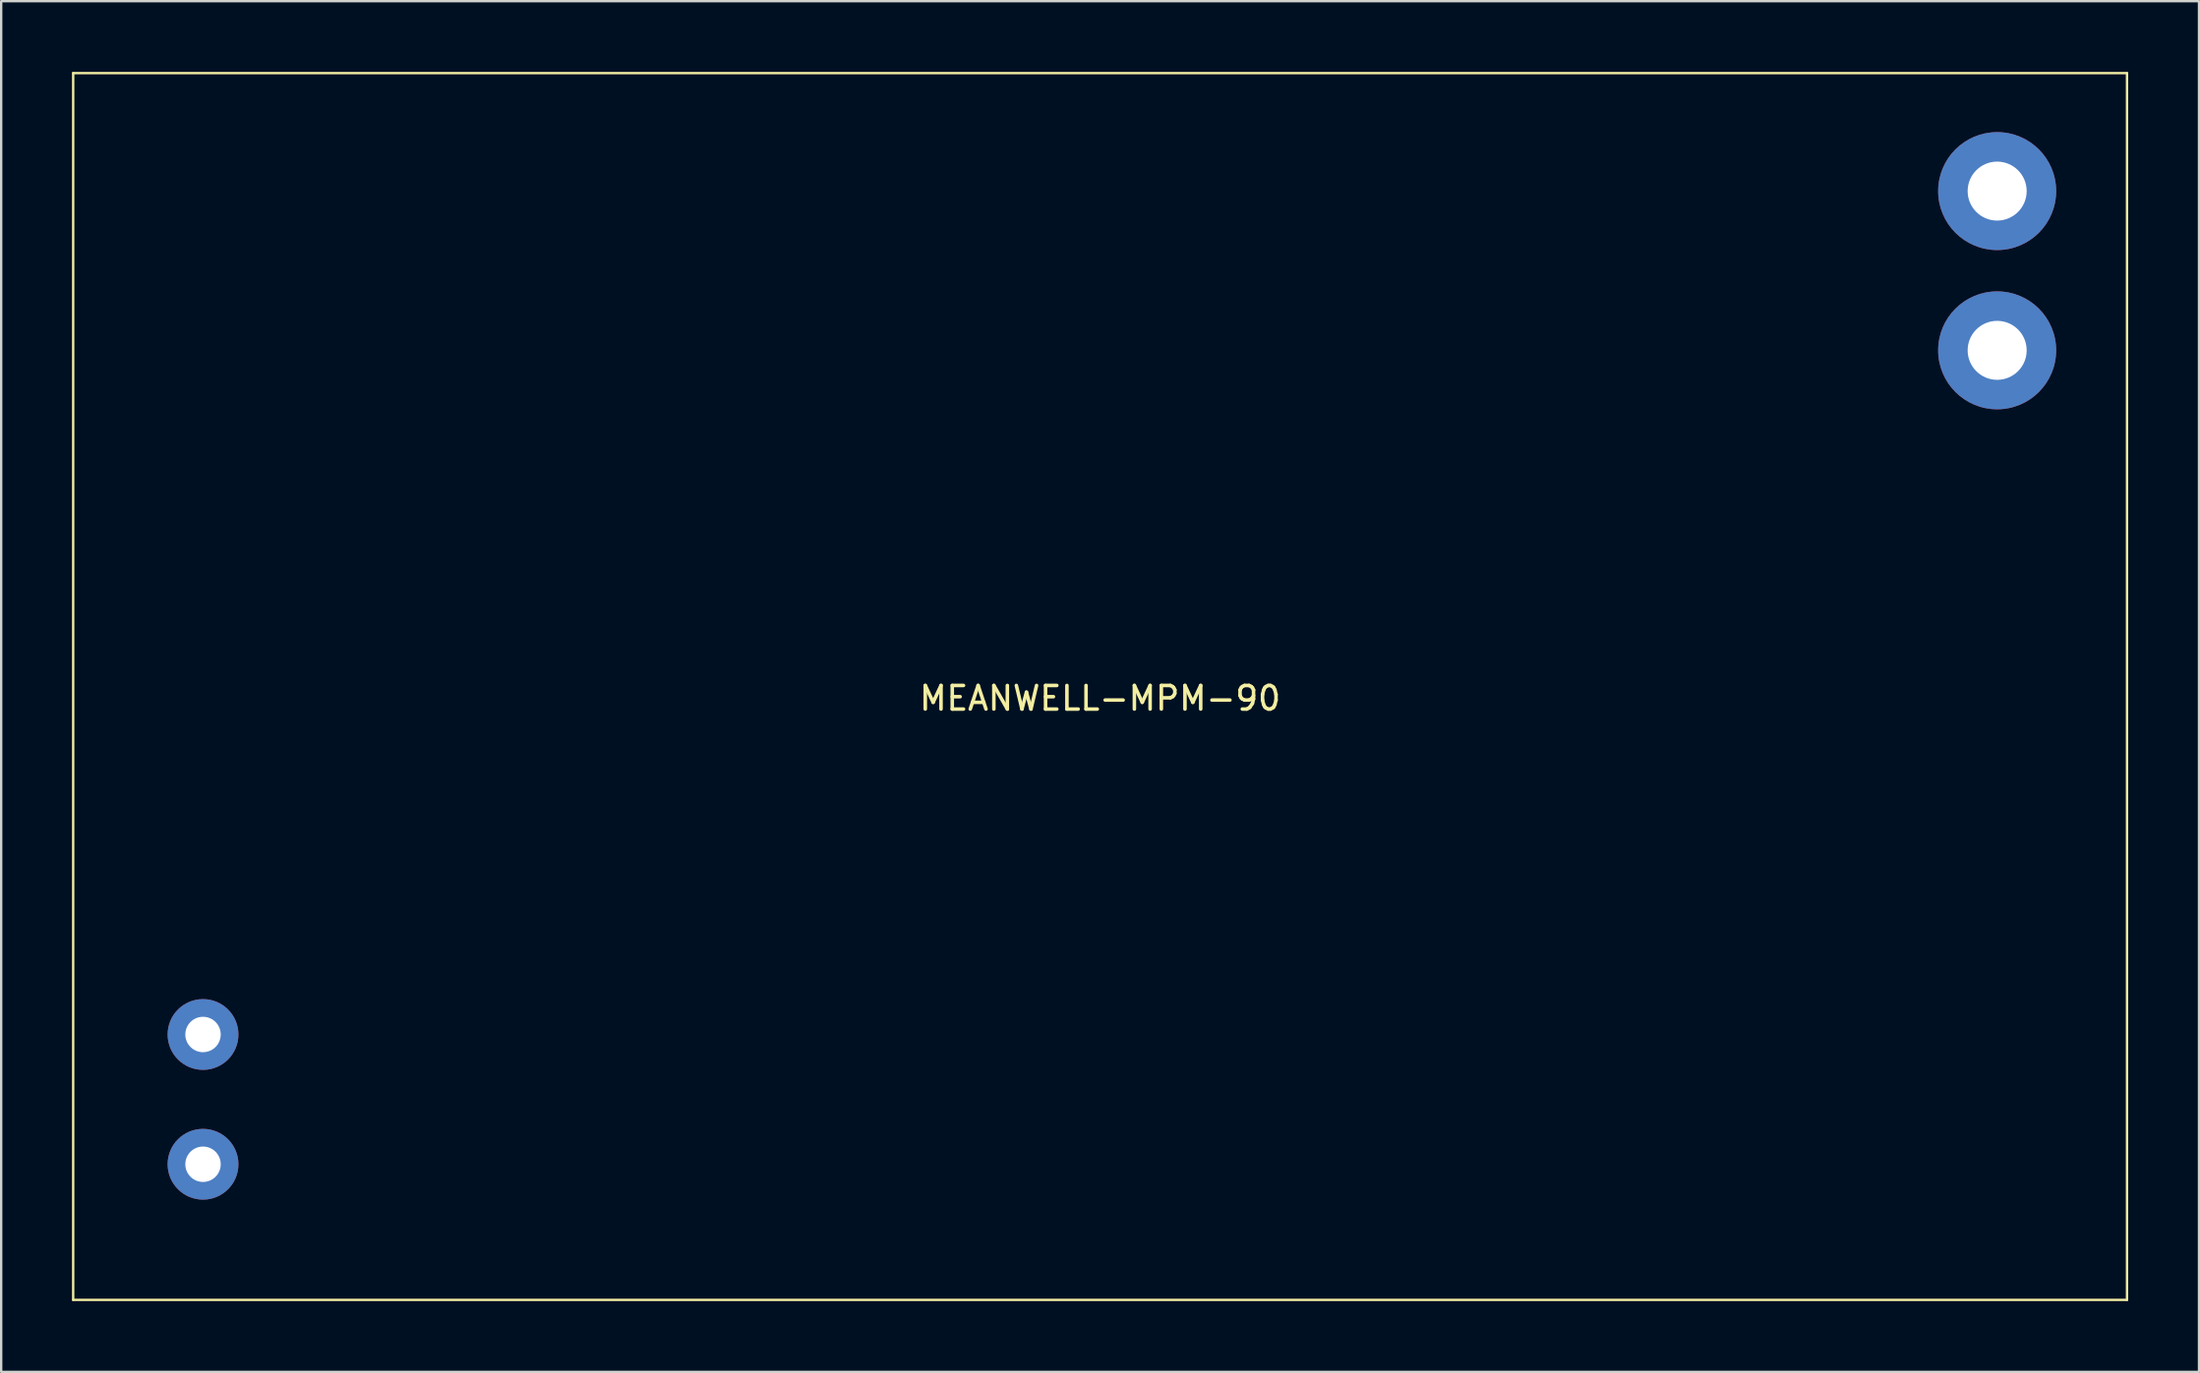
<source format=kicad_pcb>
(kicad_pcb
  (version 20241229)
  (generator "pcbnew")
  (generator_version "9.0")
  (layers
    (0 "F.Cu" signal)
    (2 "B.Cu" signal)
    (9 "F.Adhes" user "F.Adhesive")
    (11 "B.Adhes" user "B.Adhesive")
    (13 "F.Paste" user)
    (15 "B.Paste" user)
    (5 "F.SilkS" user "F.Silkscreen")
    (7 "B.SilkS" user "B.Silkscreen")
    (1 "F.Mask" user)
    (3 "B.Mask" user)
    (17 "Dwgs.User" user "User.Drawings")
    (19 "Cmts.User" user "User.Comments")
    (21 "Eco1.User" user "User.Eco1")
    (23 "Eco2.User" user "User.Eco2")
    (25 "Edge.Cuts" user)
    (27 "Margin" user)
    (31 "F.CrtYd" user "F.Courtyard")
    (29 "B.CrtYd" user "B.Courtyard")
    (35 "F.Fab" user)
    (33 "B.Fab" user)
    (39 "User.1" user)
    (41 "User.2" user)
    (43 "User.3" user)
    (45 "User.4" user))
  (footprint "MEANWELL-MPM-90"
    (layer "F.Cu")
    (at 43.55 26.05)
    (property "Reference" "MEANWELL-MPM-90" (at 0 0.5 0) (layer "F.SilkS") (effects (font (size 1 1) (thickness 0.15))))
    (attr through_hole)
    (fp_line (start -43.5 -26) (end -43.5 26) (stroke (width 0.1) (type solid)) (layer "F.SilkS"))
    (fp_line (start -43.5 -26) (end 43.5 -26) (stroke (width 0.1) (type solid)) (layer "F.SilkS"))
    (fp_line (start 43.5 -26) (end 43.5 26) (stroke (width 0.1) (type solid)) (layer "F.SilkS"))
    (fp_line (start 43.5 26) (end -43.5 26) (stroke (width 0.1) (type solid)) (layer "F.SilkS"))
    (pad "1" thru_hole circle (at 38 -21) (size 5 5) (drill 2.5) (layers "*.Cu" "*.Mask"))
    (pad "2" thru_hole circle (at 38 -14.25) (size 5 5) (drill 2.5) (layers "*.Cu" "*.Mask"))
    (pad "3" thru_hole circle (at -38 14.75) (size 3 3) (drill 1.5) (layers "*.Cu" "*.Mask"))
    (pad "4" thru_hole circle (at -38 20.25) (size 3 3) (drill 1.5) (layers "*.Cu" "*.Mask")))
  (gr_rect
    (start -3 -3)
    (end 90.1 55.1)
    (stroke (width 0.1) (type default))
    (fill no)
    (layer "Edge.Cuts")))
</source>
